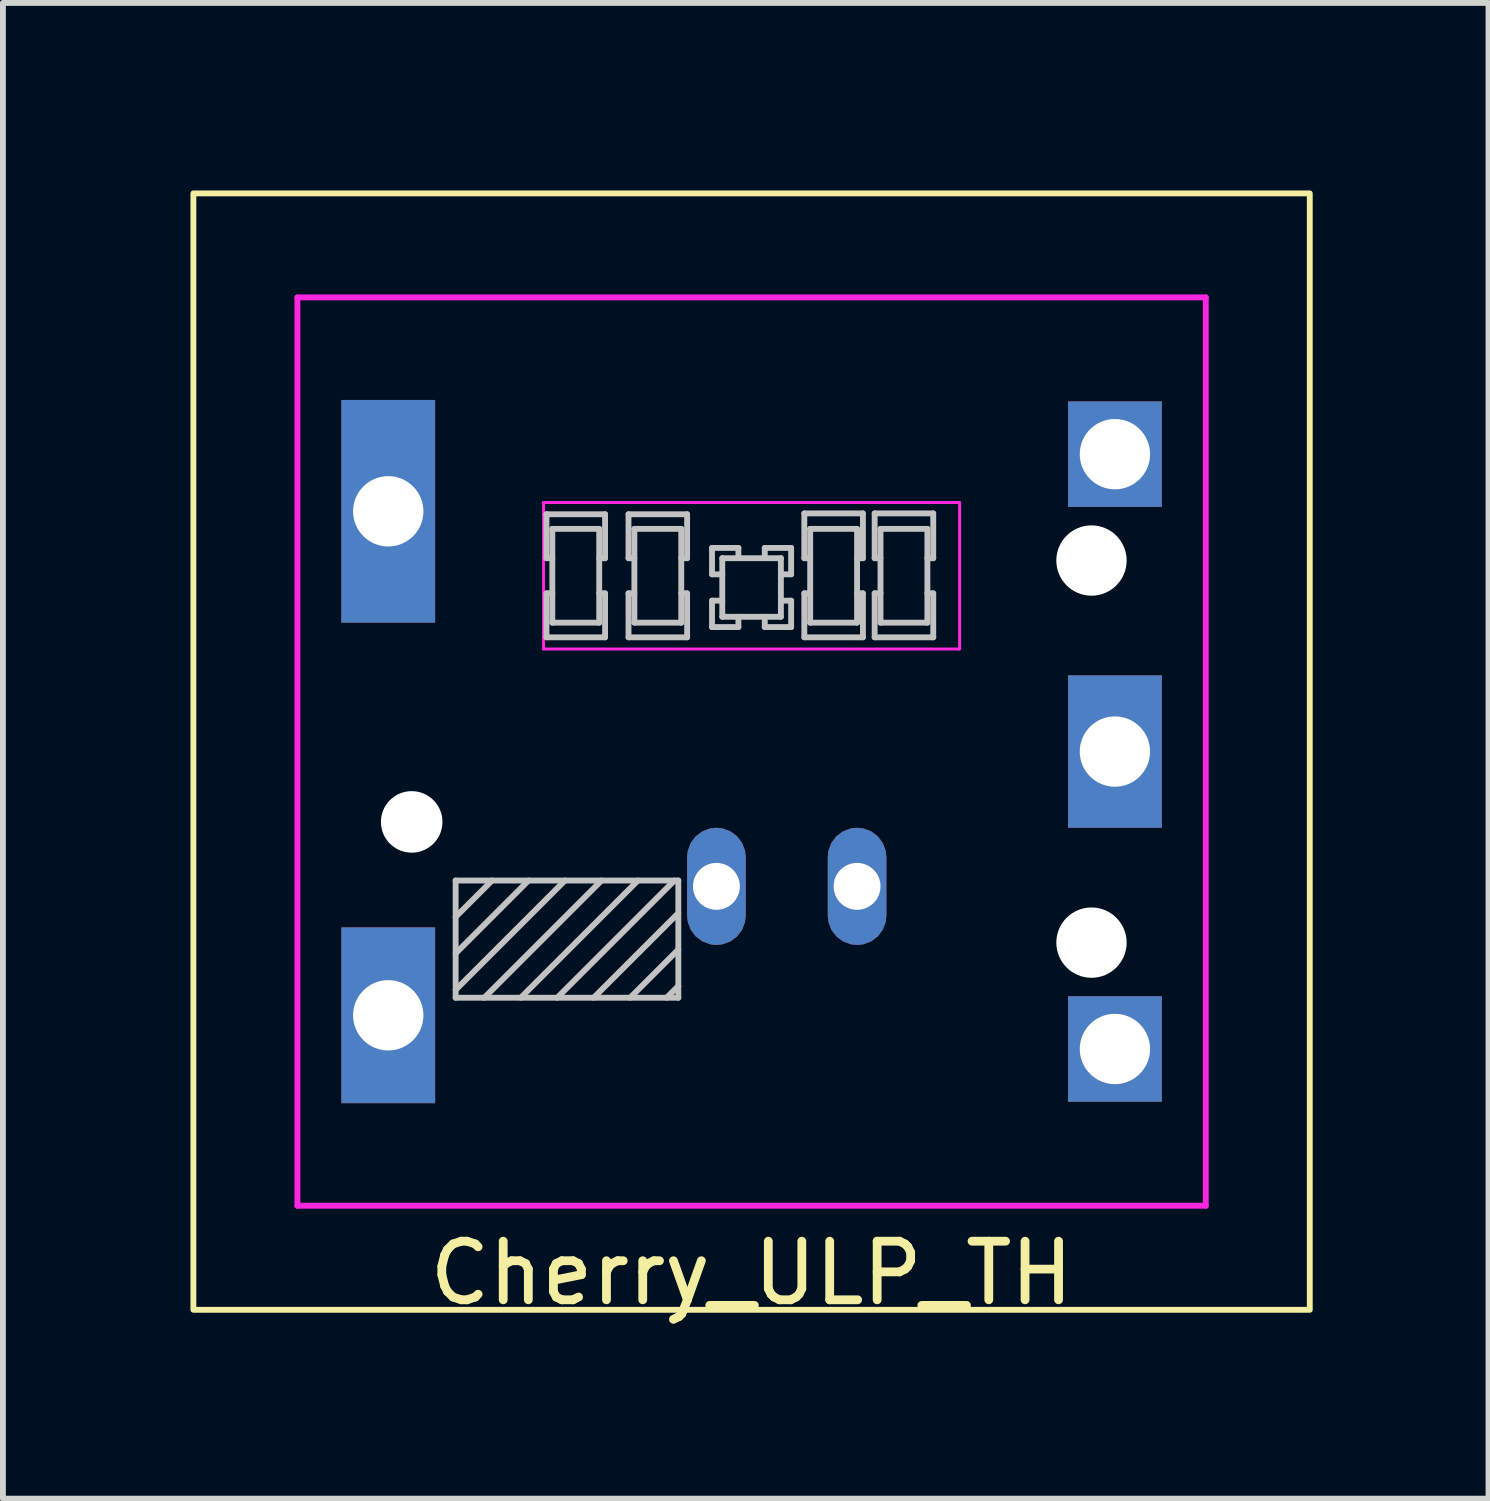
<source format=kicad_pcb>
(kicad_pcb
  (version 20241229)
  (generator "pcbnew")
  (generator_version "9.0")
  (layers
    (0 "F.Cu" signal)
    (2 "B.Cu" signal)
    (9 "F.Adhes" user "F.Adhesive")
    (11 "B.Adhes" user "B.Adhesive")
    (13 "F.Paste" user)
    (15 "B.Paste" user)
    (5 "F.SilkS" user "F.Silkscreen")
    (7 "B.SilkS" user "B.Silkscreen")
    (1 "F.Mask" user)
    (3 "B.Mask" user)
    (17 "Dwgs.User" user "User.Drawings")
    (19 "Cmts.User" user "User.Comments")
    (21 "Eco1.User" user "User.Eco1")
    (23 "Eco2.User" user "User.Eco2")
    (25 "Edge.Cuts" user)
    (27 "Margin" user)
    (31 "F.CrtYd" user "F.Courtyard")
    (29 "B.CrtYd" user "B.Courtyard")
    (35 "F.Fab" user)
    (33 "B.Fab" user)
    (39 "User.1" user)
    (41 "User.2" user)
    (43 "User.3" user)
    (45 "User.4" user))
  (footprint "Cherry_ULP_TH"
    (layer "F.Cu")
    (at 0.25 0.25)
    (property "Reference" "Cherry_ULP_TH" (at 9.525 18.425 0) (layer "F.SilkS") (effects (font (size 1 1) (thickness 0.15))))
    (attr through_hole)
    (fp_rect (start 0 0) (end 19.05 19.05) (stroke (width 0.1) (type default)) (fill no) (layer "F.SilkS"))
    (fp_line (start 4.475 11.725) (end 8.275 11.725) (stroke (width 0.1) (type solid)) (layer "Dwgs.User"))
    (fp_line (start 4.475 12.347) (end 5.097 11.725) (stroke (width 0.1) (type solid)) (layer "Dwgs.User"))
    (fp_line (start 4.475 12.969) (end 5.719 11.725) (stroke (width 0.1) (type solid)) (layer "Dwgs.User"))
    (fp_line (start 4.475 13.591) (end 6.341 11.725) (stroke (width 0.1) (type solid)) (layer "Dwgs.User"))
    (fp_line (start 4.475 13.725) (end 4.475 11.725) (stroke (width 0.1) (type solid)) (layer "Dwgs.User"))
    (fp_line (start 4.964 13.725) (end 6.964 11.725) (stroke (width 0.1) (type solid)) (layer "Dwgs.User"))
    (fp_line (start 5.586 13.725) (end 7.586 11.725) (stroke (width 0.1) (type solid)) (layer "Dwgs.User"))
    (fp_line (start 6.025 5.475) (end 6.025 6.225) (stroke (width 0.1) (type solid)) (layer "Dwgs.User"))
    (fp_line (start 6.025 6.225) (end 6.125 6.225) (stroke (width 0.1) (type solid)) (layer "Dwgs.User"))
    (fp_line (start 6.025 6.825) (end 6.025 7.575) (stroke (width 0.1) (type solid)) (layer "Dwgs.User"))
    (fp_line (start 6.025 7.575) (end 7.025 7.575) (stroke (width 0.1) (type solid)) (layer "Dwgs.User"))
    (fp_line (start 6.125 5.725) (end 6.125 7.325) (stroke (width 0.1) (type solid)) (layer "Dwgs.User"))
    (fp_line (start 6.125 6.825) (end 6.025 6.825) (stroke (width 0.1) (type solid)) (layer "Dwgs.User"))
    (fp_line (start 6.125 7.325) (end 6.925 7.325) (stroke (width 0.1) (type solid)) (layer "Dwgs.User"))
    (fp_line (start 6.208 13.725) (end 8.208 11.725) (stroke (width 0.1) (type solid)) (layer "Dwgs.User"))
    (fp_line (start 6.83 13.725) (end 8.275 12.281) (stroke (width 0.1) (type solid)) (layer "Dwgs.User"))
    (fp_line (start 6.925 5.725) (end 6.125 5.725) (stroke (width 0.1) (type solid)) (layer "Dwgs.User"))
    (fp_line (start 6.925 6.225) (end 7.025 6.225) (stroke (width 0.1) (type solid)) (layer "Dwgs.User"))
    (fp_line (start 6.925 7.325) (end 6.925 5.725) (stroke (width 0.1) (type solid)) (layer "Dwgs.User"))
    (fp_line (start 7.025 5.475) (end 6.025 5.475) (stroke (width 0.1) (type solid)) (layer "Dwgs.User"))
    (fp_line (start 7.025 6.225) (end 7.025 5.475) (stroke (width 0.1) (type solid)) (layer "Dwgs.User"))
    (fp_line (start 7.025 6.825) (end 6.925 6.825) (stroke (width 0.1) (type solid)) (layer "Dwgs.User"))
    (fp_line (start 7.025 7.575) (end 7.025 6.825) (stroke (width 0.1) (type solid)) (layer "Dwgs.User"))
    (fp_line (start 7.425 5.475) (end 7.425 6.225) (stroke (width 0.1) (type solid)) (layer "Dwgs.User"))
    (fp_line (start 7.425 6.225) (end 7.525 6.225) (stroke (width 0.1) (type solid)) (layer "Dwgs.User"))
    (fp_line (start 7.425 6.825) (end 7.425 7.575) (stroke (width 0.1) (type solid)) (layer "Dwgs.User"))
    (fp_line (start 7.425 7.575) (end 8.425 7.575) (stroke (width 0.1) (type solid)) (layer "Dwgs.User"))
    (fp_line (start 7.453 13.725) (end 8.275 12.903) (stroke (width 0.1) (type solid)) (layer "Dwgs.User"))
    (fp_line (start 7.525 5.725) (end 7.525 7.325) (stroke (width 0.1) (type solid)) (layer "Dwgs.User"))
    (fp_line (start 7.525 6.825) (end 7.425 6.825) (stroke (width 0.1) (type solid)) (layer "Dwgs.User"))
    (fp_line (start 7.525 7.325) (end 8.325 7.325) (stroke (width 0.1) (type solid)) (layer "Dwgs.User"))
    (fp_line (start 8.075 13.725) (end 8.275 13.525) (stroke (width 0.1) (type solid)) (layer "Dwgs.User"))
    (fp_line (start 8.275 11.725) (end 8.275 13.725) (stroke (width 0.1) (type solid)) (layer "Dwgs.User"))
    (fp_line (start 8.275 13.725) (end 4.475 13.725) (stroke (width 0.1) (type solid)) (layer "Dwgs.User"))
    (fp_line (start 8.325 5.725) (end 7.525 5.725) (stroke (width 0.1) (type solid)) (layer "Dwgs.User"))
    (fp_line (start 8.325 6.225) (end 8.425 6.225) (stroke (width 0.1) (type solid)) (layer "Dwgs.User"))
    (fp_line (start 8.325 7.325) (end 8.325 5.725) (stroke (width 0.1) (type solid)) (layer "Dwgs.User"))
    (fp_line (start 8.425 5.475) (end 7.425 5.475) (stroke (width 0.1) (type solid)) (layer "Dwgs.User"))
    (fp_line (start 8.425 6.225) (end 8.425 5.475) (stroke (width 0.1) (type solid)) (layer "Dwgs.User"))
    (fp_line (start 8.425 6.825) (end 8.325 6.825) (stroke (width 0.1) (type solid)) (layer "Dwgs.User"))
    (fp_line (start 8.425 7.575) (end 8.425 6.825) (stroke (width 0.1) (type solid)) (layer "Dwgs.User"))
    (fp_line (start 8.85 6.05) (end 8.85 6.5) (stroke (width 0.1) (type solid)) (layer "Dwgs.User"))
    (fp_line (start 8.85 6.5) (end 9.025 6.5) (stroke (width 0.1) (type solid)) (layer "Dwgs.User"))
    (fp_line (start 8.85 6.95) (end 8.85 7.4) (stroke (width 0.1) (type solid)) (layer "Dwgs.User"))
    (fp_line (start 8.85 7.4) (end 9.3 7.4) (stroke (width 0.1) (type solid)) (layer "Dwgs.User"))
    (fp_line (start 9.025 6.225) (end 9.025 7.225) (stroke (width 0.1) (type solid)) (layer "Dwgs.User"))
    (fp_line (start 9.025 6.95) (end 8.85 6.95) (stroke (width 0.1) (type solid)) (layer "Dwgs.User"))
    (fp_line (start 9.025 7.225) (end 10.025 7.225) (stroke (width 0.1) (type solid)) (layer "Dwgs.User"))
    (fp_line (start 9.3 6.05) (end 8.85 6.05) (stroke (width 0.1) (type solid)) (layer "Dwgs.User"))
    (fp_line (start 9.3 6.225) (end 9.3 6.05) (stroke (width 0.1) (type solid)) (layer "Dwgs.User"))
    (fp_line (start 9.3 7.4) (end 9.3 7.225) (stroke (width 0.1) (type solid)) (layer "Dwgs.User"))
    (fp_line (start 9.75 6.05) (end 9.75 6.225) (stroke (width 0.1) (type solid)) (layer "Dwgs.User"))
    (fp_line (start 9.75 7.225) (end 9.75 7.4) (stroke (width 0.1) (type solid)) (layer "Dwgs.User"))
    (fp_line (start 9.75 7.4) (end 10.2 7.4) (stroke (width 0.1) (type solid)) (layer "Dwgs.User"))
    (fp_line (start 10.025 6.225) (end 9.025 6.225) (stroke (width 0.1) (type solid)) (layer "Dwgs.User"))
    (fp_line (start 10.025 6.5) (end 10.2 6.5) (stroke (width 0.1) (type solid)) (layer "Dwgs.User"))
    (fp_line (start 10.025 7.225) (end 10.025 6.225) (stroke (width 0.1) (type solid)) (layer "Dwgs.User"))
    (fp_line (start 10.2 6.05) (end 9.75 6.05) (stroke (width 0.1) (type solid)) (layer "Dwgs.User"))
    (fp_line (start 10.2 6.5) (end 10.2 6.05) (stroke (width 0.1) (type solid)) (layer "Dwgs.User"))
    (fp_line (start 10.2 6.95) (end 10.025 6.95) (stroke (width 0.1) (type solid)) (layer "Dwgs.User"))
    (fp_line (start 10.2 7.4) (end 10.2 6.95) (stroke (width 0.1) (type solid)) (layer "Dwgs.User"))
    (fp_line (start 10.425 5.461) (end 10.425 6.225) (stroke (width 0.1) (type solid)) (layer "Dwgs.User"))
    (fp_line (start 10.425 6.225) (end 10.525 6.225) (stroke (width 0.1) (type solid)) (layer "Dwgs.User"))
    (fp_line (start 10.425 6.825) (end 10.425 7.575) (stroke (width 0.1) (type solid)) (layer "Dwgs.User"))
    (fp_line (start 10.425 7.575) (end 11.425 7.575) (stroke (width 0.1) (type solid)) (layer "Dwgs.User"))
    (fp_line (start 10.525 5.725) (end 10.525 7.325) (stroke (width 0.1) (type solid)) (layer "Dwgs.User"))
    (fp_line (start 10.525 6.825) (end 10.425 6.825) (stroke (width 0.1) (type solid)) (layer "Dwgs.User"))
    (fp_line (start 10.525 7.325) (end 11.325 7.325) (stroke (width 0.1) (type solid)) (layer "Dwgs.User"))
    (fp_line (start 11.325 5.725) (end 10.525 5.725) (stroke (width 0.1) (type solid)) (layer "Dwgs.User"))
    (fp_line (start 11.325 6.225) (end 11.425 6.225) (stroke (width 0.1) (type solid)) (layer "Dwgs.User"))
    (fp_line (start 11.325 7.325) (end 11.325 5.725) (stroke (width 0.1) (type solid)) (layer "Dwgs.User"))
    (fp_line (start 11.425 5.461) (end 10.425 5.461) (stroke (width 0.1) (type solid)) (layer "Dwgs.User"))
    (fp_line (start 11.425 6.225) (end 11.425 5.461) (stroke (width 0.1) (type solid)) (layer "Dwgs.User"))
    (fp_line (start 11.425 6.825) (end 11.325 6.825) (stroke (width 0.1) (type solid)) (layer "Dwgs.User"))
    (fp_line (start 11.425 7.575) (end 11.425 6.825) (stroke (width 0.1) (type solid)) (layer "Dwgs.User"))
    (fp_line (start 11.625 5.461) (end 11.625 6.225) (stroke (width 0.1) (type solid)) (layer "Dwgs.User"))
    (fp_line (start 11.625 6.225) (end 11.725 6.225) (stroke (width 0.1) (type solid)) (layer "Dwgs.User"))
    (fp_line (start 11.625 6.825) (end 11.625 7.575) (stroke (width 0.1) (type solid)) (layer "Dwgs.User"))
    (fp_line (start 11.625 7.575) (end 12.625 7.575) (stroke (width 0.1) (type solid)) (layer "Dwgs.User"))
    (fp_line (start 11.725 5.725) (end 11.725 7.325) (stroke (width 0.1) (type solid)) (layer "Dwgs.User"))
    (fp_line (start 11.725 6.825) (end 11.625 6.825) (stroke (width 0.1) (type solid)) (layer "Dwgs.User"))
    (fp_line (start 11.725 7.325) (end 12.525 7.325) (stroke (width 0.1) (type solid)) (layer "Dwgs.User"))
    (fp_line (start 12.525 5.725) (end 11.725 5.725) (stroke (width 0.1) (type solid)) (layer "Dwgs.User"))
    (fp_line (start 12.525 6.225) (end 12.625 6.225) (stroke (width 0.1) (type solid)) (layer "Dwgs.User"))
    (fp_line (start 12.525 7.325) (end 12.525 5.725) (stroke (width 0.1) (type solid)) (layer "Dwgs.User"))
    (fp_line (start 12.625 5.461) (end 11.625 5.461) (stroke (width 0.1) (type solid)) (layer "Dwgs.User"))
    (fp_line (start 12.625 6.225) (end 12.625 5.461) (stroke (width 0.1) (type solid)) (layer "Dwgs.User"))
    (fp_line (start 12.625 6.825) (end 12.525 6.825) (stroke (width 0.1) (type solid)) (layer "Dwgs.User"))
    (fp_line (start 12.625 7.575) (end 12.625 6.825) (stroke (width 0.1) (type solid)) (layer "Dwgs.User"))
    (fp_line (start 1.775 1.775) (end 1.775 17.275) (stroke (width 0.1) (type solid)) (layer "F.CrtYd"))
    (fp_line (start 1.775 17.275) (end 17.275 17.275) (stroke (width 0.1) (type solid)) (layer "F.CrtYd"))
    (fp_line (start 5.975 5.275) (end 5.975 7.775) (stroke (width 0.05) (type solid)) (layer "F.CrtYd"))
    (fp_line (start 5.975 7.775) (end 13.075 7.775) (stroke (width 0.05) (type solid)) (layer "F.CrtYd"))
    (fp_line (start 13.075 5.275) (end 5.975 5.275) (stroke (width 0.05) (type solid)) (layer "F.CrtYd"))
    (fp_line (start 13.075 7.775) (end 13.075 5.275) (stroke (width 0.05) (type solid)) (layer "F.CrtYd"))
    (fp_line (start 17.275 1.775) (end 1.775 1.775) (stroke (width 0.1) (type solid)) (layer "F.CrtYd"))
    (fp_line (start 17.275 17.275) (end 17.275 1.775) (stroke (width 0.1) (type solid)) (layer "F.CrtYd"))
    (pad "" np_thru_hole circle (at 3.725 10.725) (size 1.05 1.05) (drill 1.05) (layers "*.Cu" "*.Mask"))
    (pad "" np_thru_hole circle (at 15.325 6.265) (size 1.2 1.2) (drill 1.2) (layers "*.Cu" "*.Mask"))
    (pad "" np_thru_hole circle (at 15.325 12.785) (size 1.2 1.2) (drill 1.2) (layers "*.Cu" "*.Mask"))
    (pad "1" thru_hole roundrect (at 8.925 11.825) (size 1 2) (drill 0.8) (layers "*.Cu" "*.Mask") (roundrect_rratio 0.5))
    (pad "2" thru_hole roundrect (at 11.325 11.825) (size 1 2) (drill 0.8) (layers "*.Cu" "*.Mask") (roundrect_rratio 0.5))
    (pad "3" thru_hole rect (at 3.325 5.425) (size 1.6 3.8) (drill 1.2) (layers "*.Cu" "*.Mask"))
    (pad "3" thru_hole rect (at 3.325 14.025) (size 1.6 3) (drill 1.2) (layers "*.Cu" "*.Mask"))
    (pad "3" thru_hole rect (at 15.725 4.45) (size 1.6 1.8) (drill 1.2) (layers "*.Cu" "*.Mask"))
    (pad "3" thru_hole rect (at 15.725 9.525) (size 1.6 2.6) (drill 1.2) (layers "*.Cu" "*.Mask"))
    (pad "3" thru_hole rect (at 15.725 14.6) (size 1.6 1.8) (drill 1.2) (layers "*.Cu" "*.Mask")))
  (gr_rect
    (start -3 -3)
    (end 22.35 22.523)
    (stroke (width 0.1) (type default))
    (fill no)
    (layer "Edge.Cuts")))
</source>
